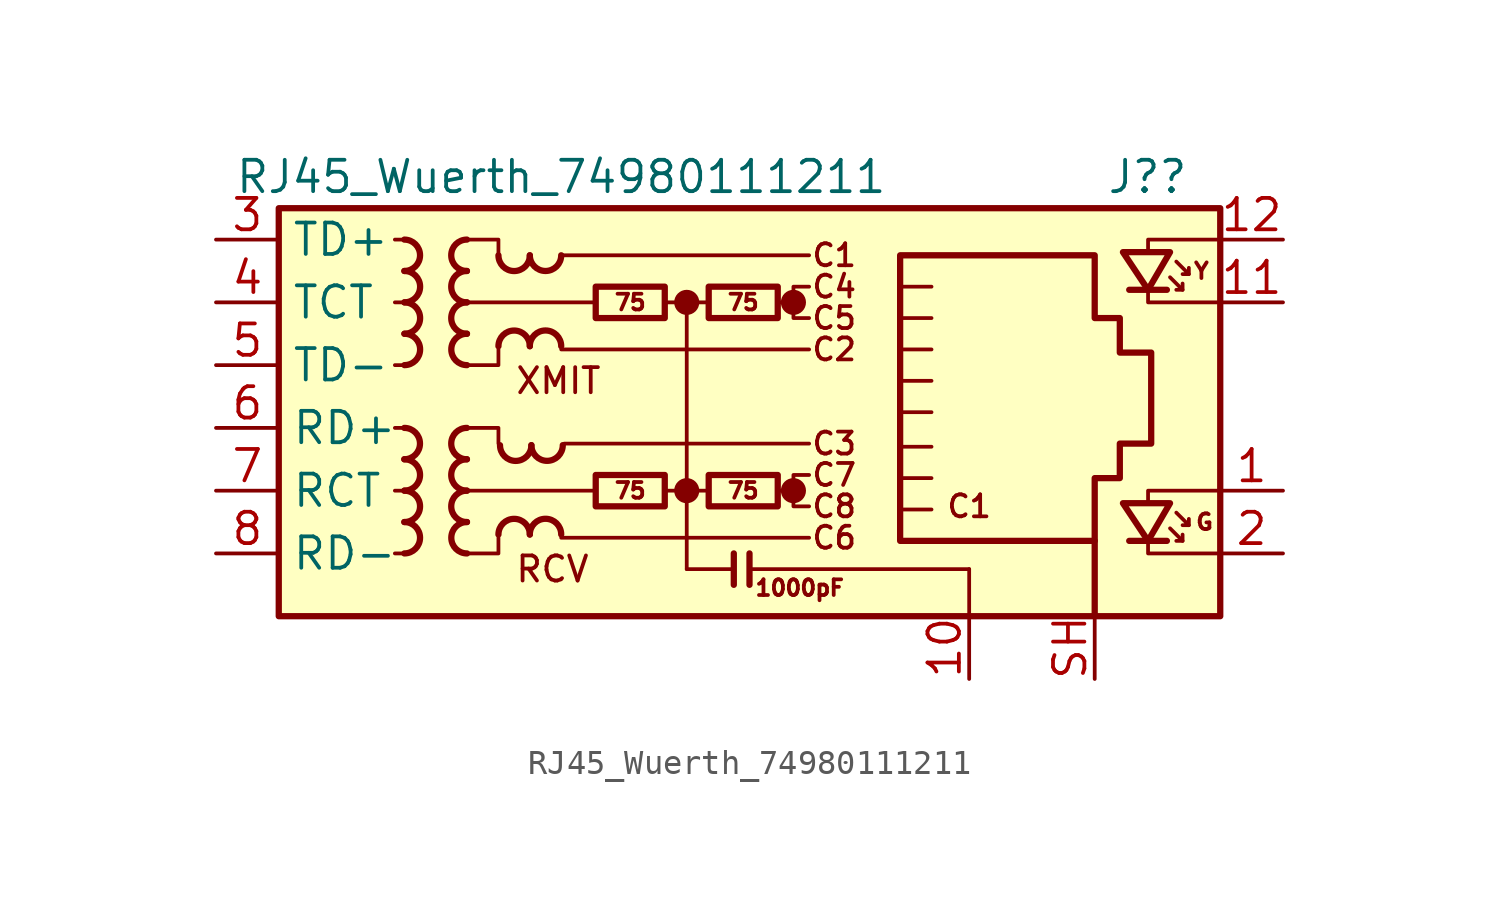
<source format=kicad_sym>
(kicad_symbol_lib
  (version 20231120)
  (generator "kicad_symbol_editor")
  (generator_version "8.0")
  (symbol "RJ45_Wuerth_74980111211"
    (property "Reference" "J?"
      (at 19.05 10.16 0)
      (effects (font (size 1.27 1.27)) (justify right)))
    (property "Value" "RJ45_Wuerth_74980111211"
      (at -6.35 10.16 0)
      (effects (font (size 1.27 1.27))))
    (symbol "RJ45_Wuerth_74980111211_0_0"
      (circle (center -1.27 -2.54) (radius 0.0001) (stroke (width 0.508) (type default)) (fill (type none)))
      (circle (center -1.27 5.08) (radius 0.0001) (stroke (width 0.508) (type default)) (fill (type none)))
      (polyline (pts (xy -1.27 5.08) (xy -1.27 -5.715)) (stroke (width 0) (type default)) (fill (type none)))
      (polyline (pts (xy 0.635 -5.08) (xy 0.635 -6.35)) (stroke (width 0.254) (type default)) (fill (type none)))
      (polyline (pts (xy 1.27 -5.08) (xy 1.27 -6.35)) (stroke (width 0.254) (type default)) (fill (type none)))
      (polyline (pts (xy 3.048 -2.54) (xy 2.54 -2.54)) (stroke (width 0) (type default)) (fill (type none)))
      (polyline (pts (xy 3.048 5.08) (xy 2.54 5.08)) (stroke (width 0) (type default)) (fill (type none)))
      (polyline (pts (xy 17.399 -3.048) (xy 17.399 -2.54) (xy 20.32 -2.54)) (stroke (width 0) (type default)) (fill (type none)))
      (polyline (pts (xy 17.399 7.112) (xy 17.399 7.62) (xy 20.32 7.62)) (stroke (width 0) (type default)) (fill (type none)))
      (polyline (pts (xy 20.32 -5.08) (xy 17.399 -5.08) (xy 17.399 -4.572)) (stroke (width 0) (type default)) (fill (type none)))
      (polyline (pts (xy 20.32 5.08) (xy 17.399 5.08) (xy 17.399 5.588)) (stroke (width 0) (type default)) (fill (type none)))
      (polyline (pts (xy 3.683 -1.905) (xy 3.048 -1.905) (xy 3.048 -3.175) (xy 3.683 -3.175)) (stroke (width 0) (type default)) (fill (type none)))
      (polyline (pts (xy 3.683 5.715) (xy 3.048 5.715) (xy 3.048 4.445) (xy 3.683 4.445)) (stroke (width 0) (type default)) (fill (type none)))
      (circle (center 3.048 -2.54) (radius 0.0001) (stroke (width 0.508) (type default)) (fill (type none)))
      (circle (center 3.048 5.08) (radius 0.0001) (stroke (width 0.508) (type default)) (fill (type none)))
      (text "C1" (at 4.699 6.985 0) (effects (font (size 0.889 0.889))))
      (text "C1" (at 10.16 -3.175 0) (effects (font (size 0.889 0.889))))
      (text "C2" (at 4.699 3.175 0) (effects (font (size 0.889 0.889))))
      (text "C3" (at 4.699 -0.635 0) (effects (font (size 0.889 0.889))))
      (text "C4" (at 4.699 5.715 0) (effects (font (size 0.889 0.889))))
      (text "C5" (at 4.699 4.445 0) (effects (font (size 0.889 0.889))))
      (text "C6" (at 4.699 -4.445 0) (effects (font (size 0.889 0.889))))
      (text "C7" (at 4.699 -1.905 0) (effects (font (size 0.889 0.889))))
      (text "C8" (at 4.699 -3.175 0) (effects (font (size 0.889 0.889))))
      (text "RCV" (at -8.255 -5.715 0) (effects (font (size 1.016 1.016)) (justify left)))
      (text "XMIT" (at -8.255 1.905 0) (effects (font (size 1.016 1.016)) (justify left))))
    (symbol "RJ45_Wuerth_74980111211_0_1"
      (rectangle (start -17.78 8.89) (end 20.32 -7.62) (stroke (width 0.254) (type default)) (fill (type background)))
      (polyline (pts (xy -12.7 -5.08) (xy -13.081 -5.08)) (stroke (width 0) (type default)) (fill (type none)))
      (polyline (pts (xy -12.7 -2.54) (xy -13.081 -2.54)) (stroke (width 0) (type default)) (fill (type none)))
      (polyline (pts (xy -12.7 0) (xy -13.081 0)) (stroke (width 0) (type default)) (fill (type none)))
      (polyline (pts (xy -12.7 2.54) (xy -13.081 2.54)) (stroke (width 0) (type default)) (fill (type none)))
      (polyline (pts (xy -12.7 5.08) (xy -13.081 5.08)) (stroke (width 0) (type default)) (fill (type none)))
      (polyline (pts (xy -12.7 7.62) (xy -13.081 7.62)) (stroke (width 0) (type default)) (fill (type none)))
      (polyline (pts (xy -6.35 -4.445) (xy 3.683 -4.445)) (stroke (width 0) (type default)) (fill (type none)))
      (polyline (pts (xy -6.35 3.175) (xy 3.683 3.175)) (stroke (width 0) (type default)) (fill (type none)))
      (polyline (pts (xy -6.35 6.985) (xy 3.683 6.985)) (stroke (width 0) (type default)) (fill (type none)))
      (polyline (pts (xy -6.223 -0.635) (xy 3.683 -0.635)) (stroke (width 0) (type default)) (fill (type none)))
      (polyline (pts (xy -5.08 -2.54) (xy -10.16 -2.54)) (stroke (width 0) (type default)) (fill (type none)))
      (polyline (pts (xy -4.953 5.08) (xy -10.16 5.08)) (stroke (width 0) (type default)) (fill (type none)))
      (polyline (pts (xy -2.159 -2.54) (xy -0.381 -2.54)) (stroke (width 0) (type default)) (fill (type none)))
      (polyline (pts (xy -2.159 5.08) (xy -0.381 5.08)) (stroke (width 0) (type default)) (fill (type none)))
      (polyline (pts (xy 0.635 -5.715) (xy -1.27 -5.715)) (stroke (width 0) (type default)) (fill (type none)))
      (polyline (pts (xy 7.366 -2.032) (xy 8.636 -2.032)) (stroke (width 0) (type default)) (fill (type none)))
      (polyline (pts (xy 7.366 -0.762) (xy 8.636 -0.762)) (stroke (width 0) (type default)) (fill (type none)))
      (polyline (pts (xy 7.366 0.635) (xy 8.636 0.635)) (stroke (width 0) (type default)) (fill (type none)))
      (polyline (pts (xy 7.366 1.905) (xy 8.636 1.905)) (stroke (width 0) (type default)) (fill (type none)))
      (polyline (pts (xy 7.366 3.175) (xy 8.636 3.175)) (stroke (width 0) (type default)) (fill (type none)))
      (polyline (pts (xy 8.636 -3.302) (xy 7.366 -3.302)) (stroke (width 0) (type default)) (fill (type none)))
      (polyline (pts (xy 8.636 4.445) (xy 7.366 4.445)) (stroke (width 0) (type default)) (fill (type none)))
      (polyline (pts (xy 8.636 5.715) (xy 7.366 5.715)) (stroke (width 0) (type default)) (fill (type none)))
      (polyline (pts (xy 10.16 -5.715) (xy 1.27 -5.715)) (stroke (width 0) (type default)) (fill (type none)))
      (polyline (pts (xy 10.16 -5.715) (xy 10.16 -7.62)) (stroke (width 0) (type default)) (fill (type none)))
      (polyline (pts (xy -10.16 0) (xy -8.89 0) (xy -8.89 -0.635)) (stroke (width 0) (type default)) (fill (type none)))
      (polyline (pts (xy -10.16 7.62) (xy -8.89 7.62) (xy -8.89 6.985)) (stroke (width 0) (type default)) (fill (type none)))
      (polyline (pts (xy -8.89 -4.445) (xy -8.89 -5.08) (xy -10.16 -5.08)) (stroke (width 0) (type default)) (fill (type none)))
      (polyline (pts (xy -8.89 3.175) (xy -8.89 2.54) (xy -10.16 2.54)) (stroke (width 0) (type default)) (fill (type none))))
    (symbol "RJ45_Wuerth_74980111211_1_0"
      (text "1000pF" (at 3.302 -6.477 0) (effects (font (size 0.635 0.635)))))
    (symbol "RJ45_Wuerth_74980111211_1_1"
      (arc (start -12.7 -1.27) (mid -12.0677 -0.635) (end -12.7 0) (stroke (width 0.254) (type default)) (fill (type none)))
      (arc (start -12.6973 -5.08) (mid -12.065 -4.445) (end -12.6973 -3.81) (stroke (width 0.254) (type default)) (fill (type none)))
      (arc (start -12.6973 -3.81) (mid -12.065 -3.175) (end -12.6973 -2.54) (stroke (width 0.254) (type default)) (fill (type none)))
      (arc (start -12.6973 -2.54) (mid -12.065 -1.905) (end -12.6973 -1.27) (stroke (width 0.254) (type default)) (fill (type none)))
      (arc (start -12.6973 6.35) (mid -12.065 6.985) (end -12.6973 7.62) (stroke (width 0.254) (type default)) (fill (type none)))
      (arc (start -12.6946 2.54) (mid -12.0623 3.175) (end -12.6946 3.81) (stroke (width 0.254) (type default)) (fill (type none)))
      (arc (start -12.6946 3.81) (mid -12.0623 4.445) (end -12.6946 5.08) (stroke (width 0.254) (type default)) (fill (type none)))
      (arc (start -12.6946 5.08) (mid -12.0623 5.715) (end -12.6946 6.35) (stroke (width 0.254) (type default)) (fill (type none)))
      (arc (start -10.1654 -2.54) (mid -10.7977 -3.175) (end -10.1654 -3.81) (stroke (width 0.254) (type default)) (fill (type none)))
      (arc (start -10.1654 -1.27) (mid -10.7977 -1.905) (end -10.1654 -2.54) (stroke (width 0.254) (type default)) (fill (type none)))
      (arc (start -10.1654 0) (mid -10.7977 -0.635) (end -10.1654 -1.27) (stroke (width 0.254) (type default)) (fill (type none)))
      (arc (start -10.1654 5.08) (mid -10.7977 4.445) (end -10.1654 3.81) (stroke (width 0.254) (type default)) (fill (type none)))
      (arc (start -10.1654 6.35) (mid -10.7977 5.715) (end -10.1654 5.08) (stroke (width 0.254) (type default)) (fill (type none)))
      (arc (start -10.1654 7.62) (mid -10.7977 6.985) (end -10.1654 6.35) (stroke (width 0.254) (type default)) (fill (type none)))
      (arc (start -10.1627 -3.81) (mid -10.795 -4.445) (end -10.1627 -5.08) (stroke (width 0.254) (type default)) (fill (type none)))
      (arc (start -10.1627 3.81) (mid -10.795 3.175) (end -10.1627 2.54) (stroke (width 0.254) (type default)) (fill (type none)))
      (arc (start -8.89 6.9823) (mid -8.255 6.35) (end -7.62 6.9823) (stroke (width 0.254) (type default)) (fill (type none)))
      (arc (start -8.8265 -0.7012) (mid -8.1915 -1.3335) (end -7.5565 -0.7012) (stroke (width 0.254) (type default)) (fill (type none)))
      (arc (start -7.62 -4.3153) (mid -8.255 -3.683) (end -8.89 -4.3153) (stroke (width 0.254) (type default)) (fill (type none)))
      (arc (start -7.62 3.3047) (mid -8.255 3.937) (end -8.89 3.3047) (stroke (width 0.254) (type default)) (fill (type none)))
      (arc (start -7.62 6.985) (mid -6.985 6.3527) (end -6.35 6.985) (stroke (width 0.254) (type default)) (fill (type none)))
      (arc (start -7.5565 -0.6985) (mid -6.9215 -1.3308) (end -6.2865 -0.6985) (stroke (width 0.254) (type default)) (fill (type none)))
      (arc (start -6.35 -4.3126) (mid -6.985 -3.6803) (end -7.62 -4.3126) (stroke (width 0.254) (type default)) (fill (type none)))
      (arc (start -6.35 3.3074) (mid -6.985 3.9397) (end -7.62 3.3074) (stroke (width 0.254) (type default)) (fill (type none)))
      (rectangle (start -4.953 -1.905) (end -2.159 -3.175) (stroke (width 0.254) (type default)) (fill (type none)))
      (rectangle (start -4.953 5.715) (end -2.159 4.445) (stroke (width 0.254) (type default)) (fill (type none)))
      (rectangle (start -0.381 -1.905) (end 2.413 -3.175) (stroke (width 0.254) (type default)) (fill (type none)))
      (rectangle (start -0.381 5.715) (end 2.413 4.445) (stroke (width 0.254) (type default)) (fill (type none)))
      (polyline (pts (xy 15.24 -7.62) (xy 15.24 -4.572)) (stroke (width 0.254) (type default)) (fill (type none)))
      (polyline (pts (xy 18.161 -4.572) (xy 16.637 -4.572)) (stroke (width 0.254) (type default)) (fill (type none)))
      (polyline (pts (xy 18.161 5.588) (xy 16.637 5.588)) (stroke (width 0.254) (type default)) (fill (type none)))
      (polyline (pts (xy 18.796 -4.572) (xy 18.796 -4.318)) (stroke (width 0) (type default)) (fill (type none)))
      (polyline (pts (xy 18.796 5.588) (xy 18.796 5.842)) (stroke (width 0) (type default)) (fill (type none)))
      (polyline (pts (xy 19.05 -3.937) (xy 19.05 -3.683)) (stroke (width 0) (type default)) (fill (type none)))
      (polyline (pts (xy 19.05 6.223) (xy 19.05 6.477)) (stroke (width 0) (type default)) (fill (type none)))
      (polyline (pts (xy 18.288 -4.064) (xy 18.796 -4.572) (xy 18.542 -4.572)) (stroke (width 0) (type default)) (fill (type none)))
      (polyline (pts (xy 18.288 6.096) (xy 18.796 5.588) (xy 18.542 5.588)) (stroke (width 0) (type default)) (fill (type none)))
      (polyline (pts (xy 18.542 -3.429) (xy 19.05 -3.937) (xy 18.796 -3.937)) (stroke (width 0) (type default)) (fill (type none)))
      (polyline (pts (xy 18.542 6.731) (xy 19.05 6.223) (xy 18.796 6.223)) (stroke (width 0) (type default)) (fill (type none)))
      (polyline (pts (xy 18.288 -3.048) (xy 16.383 -3.048) (xy 17.399 -4.572) (xy 18.288 -3.048)) (stroke (width 0.254) (type default)) (fill (type none)))
      (polyline (pts (xy 18.288 7.112) (xy 16.383 7.112) (xy 17.399 5.588) (xy 18.288 7.112)) (stroke (width 0.254) (type default)) (fill (type none)))
      (polyline (pts (xy 7.366 -4.572) (xy 7.366 6.985) (xy 15.24 6.985) (xy 15.24 4.445) (xy 16.256 4.445) (xy 16.256 3.048) (xy 17.526 3.048) (xy 17.526 -0.635) (xy 16.256 -0.635) (xy 16.256 -2.032) (xy 15.24 -2.032) (xy 15.24 -4.572) (xy 7.366 -4.572)) (stroke (width 0.254) (type default)) (fill (type none)))
      (text "75" (at -3.556 -2.54 0) (effects (font (size 0.635 0.635))))
      (text "75" (at -3.556 5.08 0) (effects (font (size 0.635 0.635))))
      (text "75" (at 1.016 -2.54 0) (effects (font (size 0.635 0.635))))
      (text "75" (at 1.016 5.08 0) (effects (font (size 0.635 0.635))))
      (text "G" (at 19.685 -3.81 0) (effects (font (size 0.635 0.635))))
      (text "Y" (at 19.558 6.35 0) (effects (font (size 0.635 0.635))))
      (pin passive line (at 22.86 -2.54 180) (length 2.54) (name "" (effects (font (size 1.27 1.27)))) (number "1" (effects (font (size 1.27 1.27)))))
      (pin power_in line (at 10.16 -10.16 90) (length 2.54) (name "" (effects (font (size 1.27 1.27)))) (number "10" (effects (font (size 1.27 1.27)))))
      (pin passive line (at 22.86 5.08 180) (length 2.54) (name "" (effects (font (size 1.27 1.27)))) (number "11" (effects (font (size 1.27 1.27)))))
      (pin passive line (at 22.86 7.62 180) (length 2.54) (name "" (effects (font (size 1.27 1.27)))) (number "12" (effects (font (size 1.27 1.27)))))
      (pin passive line (at 22.86 -5.08 180) (length 2.54) (name "" (effects (font (size 1.27 1.27)))) (number "2" (effects (font (size 1.27 1.27)))))
      (pin passive line (at -20.32 7.62 0) (length 2.54) (name "TD+" (effects (font (size 1.27 1.27)))) (number "3" (effects (font (size 1.27 1.27)))))
      (pin passive line (at -20.32 5.08 0) (length 2.54) (name "TCT" (effects (font (size 1.27 1.27)))) (number "4" (effects (font (size 1.27 1.27)))))
      (pin passive line (at -20.32 2.54 0) (length 2.54) (name "TD-" (effects (font (size 1.27 1.27)))) (number "5" (effects (font (size 1.27 1.27)))))
      (pin passive line (at -20.32 0 0) (length 2.54) (name "RD+" (effects (font (size 1.27 1.27)))) (number "6" (effects (font (size 1.27 1.27)))))
      (pin passive line (at -20.32 -2.54 0) (length 2.54) (name "RCT" (effects (font (size 1.27 1.27)))) (number "7" (effects (font (size 1.27 1.27)))))
      (pin passive line (at -20.32 -5.08 0) (length 2.54) (name "RD-" (effects (font (size 1.27 1.27)))) (number "8" (effects (font (size 1.27 1.27)))))
      (pin no_connect line (at 20.32 0 0) (length 0) hide (name "NC" (effects (font (size 1.27 1.27)))) (number "9" (effects (font (size 1.27 1.27)))))
      (pin passive line (at 15.24 -10.16 90) (length 2.54) (name "" (effects (font (size 1.27 1.27)))) (number "SH" (effects (font (size 1.27 1.27))))))))
</source>
